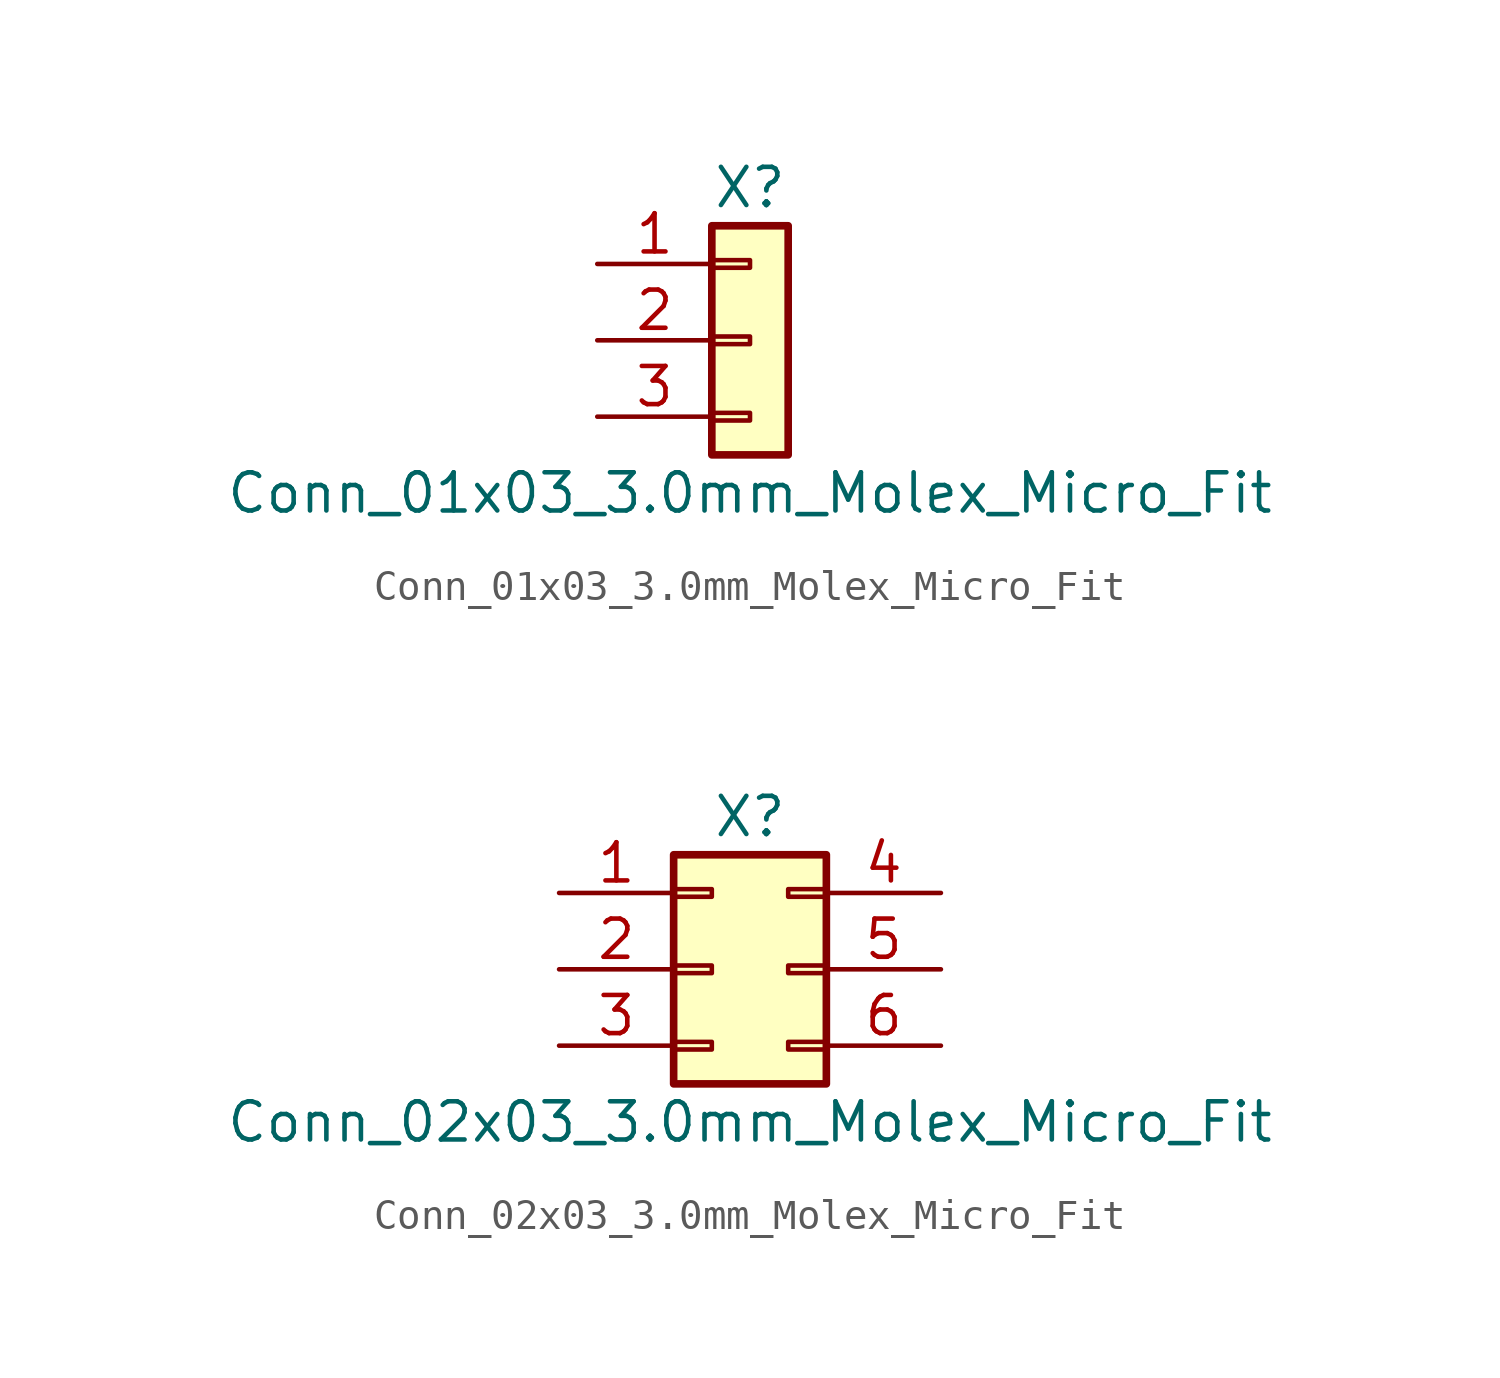
<source format=kicad_sym>
(kicad_symbol_lib
  (version 20220914)
  (generator kicad_db_lib)
  (symbol "Conn_01x03_3.0mm_Molex_Micro_Fit"
    (pin_names
      (offset 1.016) hide)
    (property "Reference" "X"
      (at 0 5.08 0)
      (effects (font (size 1.27 1.27))))
    (property "Value" "Conn_01x03_3.0mm_Molex_Micro_Fit"
      (at 0 -5.08 0)
      (effects (font (size 1.27 1.27))))
    (symbol "Conn_01x03_3.0mm_Molex_Micro_Fit_1_1"
      (rectangle (start -1.27 -2.413) (end 0 -2.667) (stroke (width 0.152) (type default)) (fill (type none)))
      (rectangle (start -1.27 0.127) (end 0 -0.127) (stroke (width 0.152) (type default)) (fill (type none)))
      (rectangle (start -1.27 2.667) (end 0 2.413) (stroke (width 0.152) (type default)) (fill (type none)))
      (rectangle (start -1.27 3.81) (end 1.27 -3.81) (stroke (width 0.254) (type default)) (fill (type background)))
      (pin passive line (at -5.08 2.54 0) (length 3.81) (name "Pin_1" (effects (font (size 1.27 1.27)))) (number "1" (effects (font (size 1.27 1.27)))))
      (pin passive line (at -5.08 0 0) (length 3.81) (name "Pin_2" (effects (font (size 1.27 1.27)))) (number "2" (effects (font (size 1.27 1.27)))))
      (pin passive line (at -5.08 -2.54 0) (length 3.81) (name "Pin_3" (effects (font (size 1.27 1.27)))) (number "3" (effects (font (size 1.27 1.27)))))))
  (symbol "Conn_02x03_3.0mm_Molex_Micro_Fit"
    (pin_names
      (offset 1.016) hide)
    (property "Reference" "X"
      (at 1.27 5.08 0)
      (effects (font (size 1.27 1.27))))
    (property "Value" "Conn_02x03_3.0mm_Molex_Micro_Fit"
      (at 1.27 -5.08 0)
      (effects (font (size 1.27 1.27))))
    (symbol "Conn_02x03_3.0mm_Molex_Micro_Fit_1_1"
      (rectangle (start -1.27 -2.413) (end 0 -2.667) (stroke (width 0.152) (type default)) (fill (type none)))
      (rectangle (start -1.27 0.127) (end 0 -0.127) (stroke (width 0.152) (type default)) (fill (type none)))
      (rectangle (start -1.27 2.667) (end 0 2.413) (stroke (width 0.152) (type default)) (fill (type none)))
      (rectangle (start -1.27 3.81) (end 3.81 -3.81) (stroke (width 0.254) (type default)) (fill (type background)))
      (rectangle (start 3.81 -2.413) (end 2.54 -2.667) (stroke (width 0.152) (type default)) (fill (type none)))
      (rectangle (start 3.81 0.127) (end 2.54 -0.127) (stroke (width 0.152) (type default)) (fill (type none)))
      (rectangle (start 3.81 2.667) (end 2.54 2.413) (stroke (width 0.152) (type default)) (fill (type none)))
      (pin passive line (at -5.08 2.54 0) (length 3.81) (name "Pin_1" (effects (font (size 1.27 1.27)))) (number "1" (effects (font (size 1.27 1.27)))))
      (pin passive line (at -5.08 0 0) (length 3.81) (name "Pin_2" (effects (font (size 1.27 1.27)))) (number "2" (effects (font (size 1.27 1.27)))))
      (pin passive line (at -5.08 -2.54 0) (length 3.81) (name "Pin_3" (effects (font (size 1.27 1.27)))) (number "3" (effects (font (size 1.27 1.27)))))
      (pin passive line (at 7.62 2.54 180) (length 3.81) (name "Pin_4" (effects (font (size 1.27 1.27)))) (number "4" (effects (font (size 1.27 1.27)))))
      (pin passive line (at 7.62 0 180) (length 3.81) (name "Pin_5" (effects (font (size 1.27 1.27)))) (number "5" (effects (font (size 1.27 1.27)))))
      (pin passive line (at 7.62 -2.54 180) (length 3.81) (name "Pin_6" (effects (font (size 1.27 1.27)))) (number "6" (effects (font (size 1.27 1.27))))))))
</source>
